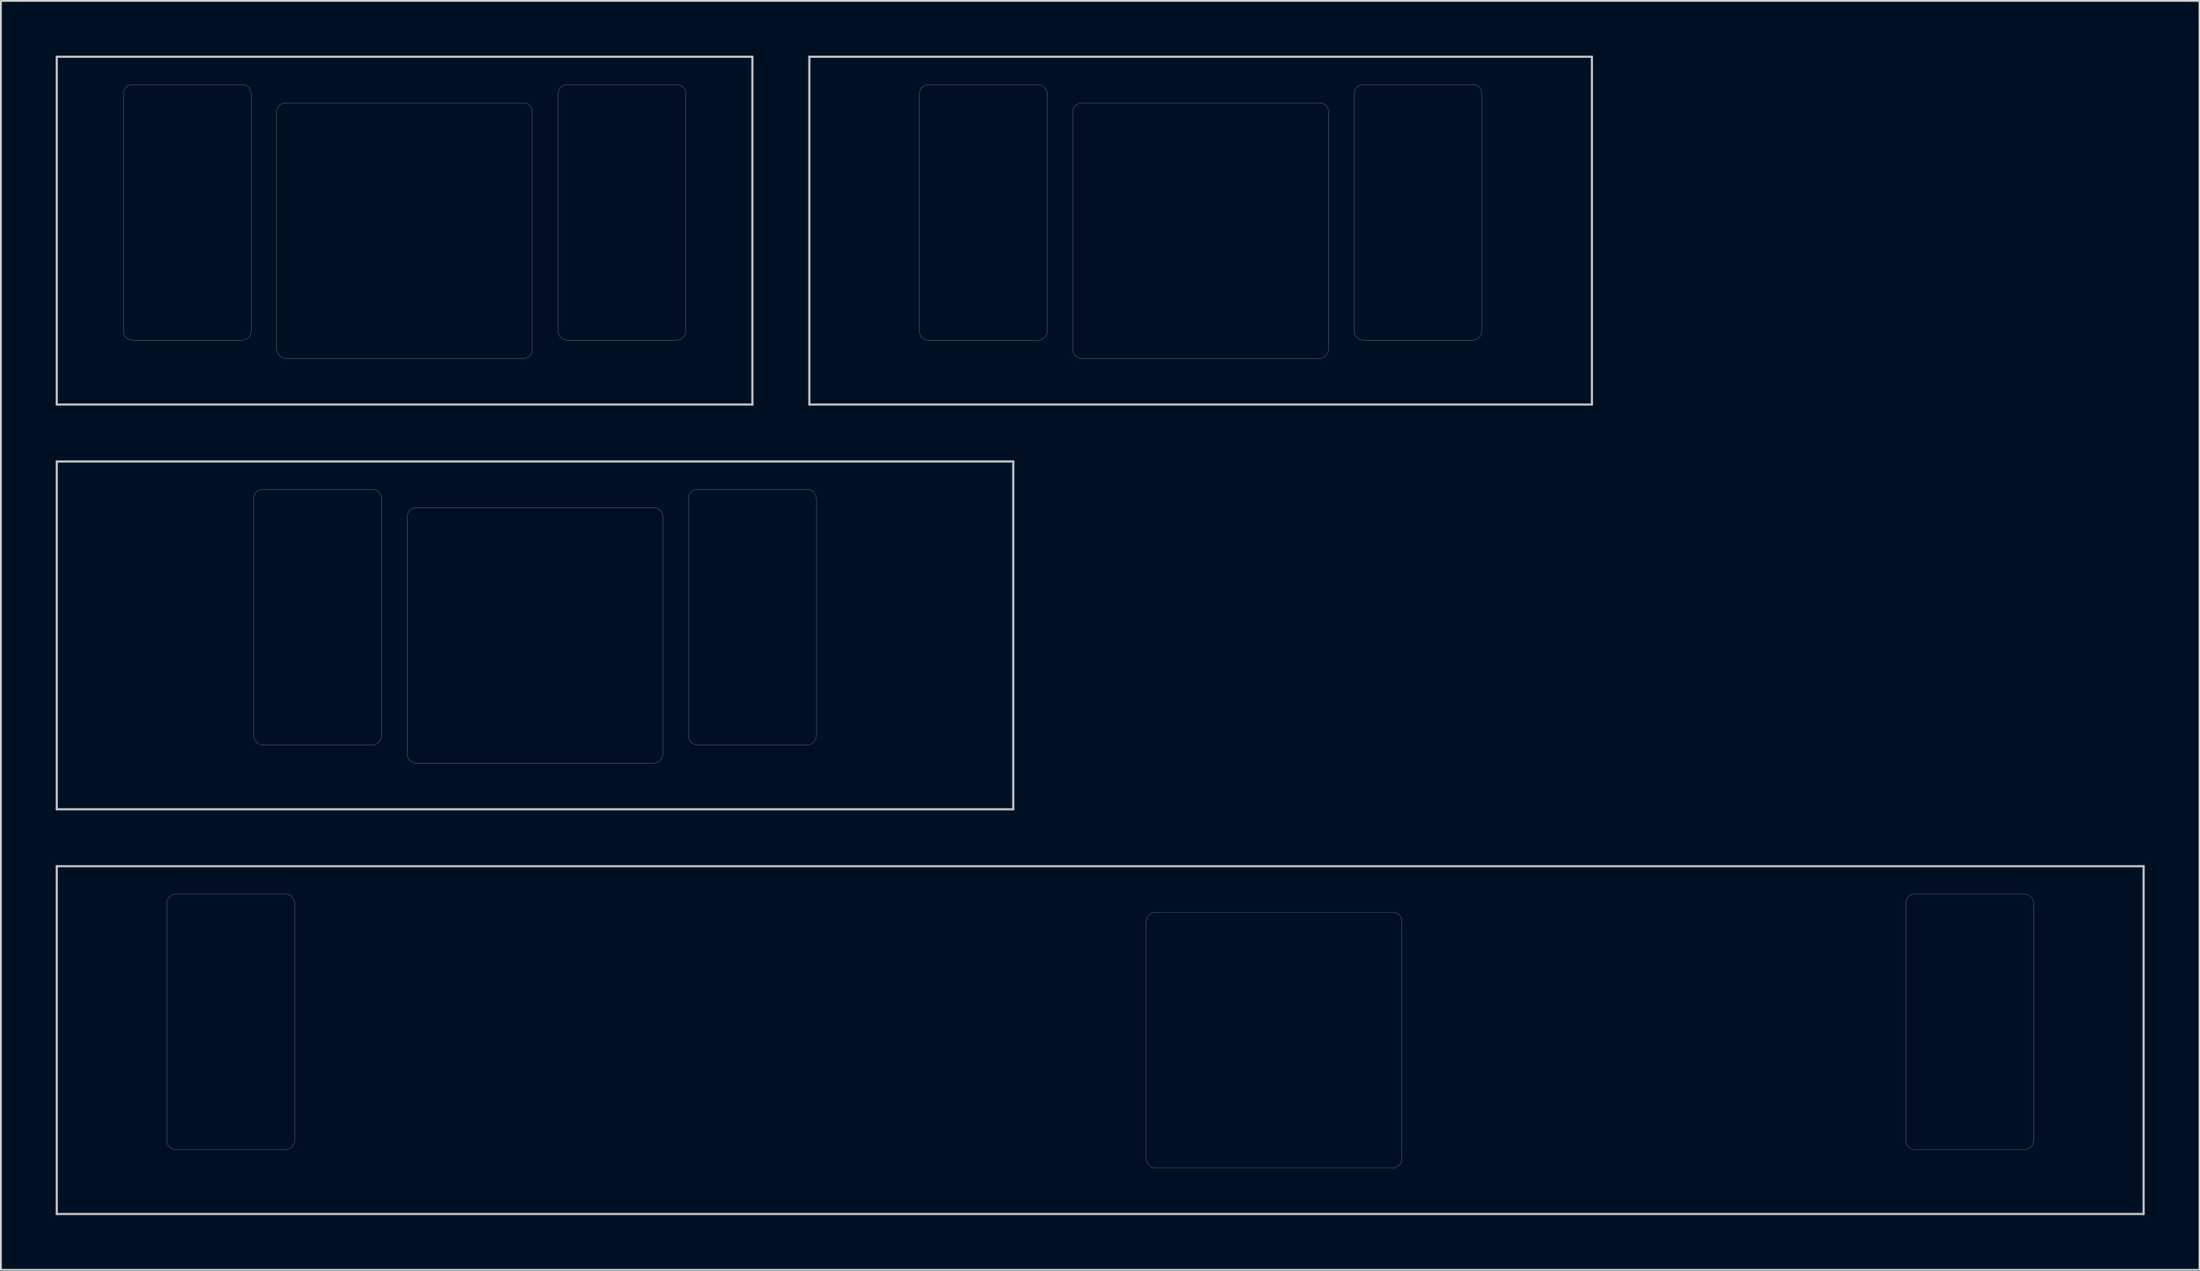
<source format=kicad_pcb>
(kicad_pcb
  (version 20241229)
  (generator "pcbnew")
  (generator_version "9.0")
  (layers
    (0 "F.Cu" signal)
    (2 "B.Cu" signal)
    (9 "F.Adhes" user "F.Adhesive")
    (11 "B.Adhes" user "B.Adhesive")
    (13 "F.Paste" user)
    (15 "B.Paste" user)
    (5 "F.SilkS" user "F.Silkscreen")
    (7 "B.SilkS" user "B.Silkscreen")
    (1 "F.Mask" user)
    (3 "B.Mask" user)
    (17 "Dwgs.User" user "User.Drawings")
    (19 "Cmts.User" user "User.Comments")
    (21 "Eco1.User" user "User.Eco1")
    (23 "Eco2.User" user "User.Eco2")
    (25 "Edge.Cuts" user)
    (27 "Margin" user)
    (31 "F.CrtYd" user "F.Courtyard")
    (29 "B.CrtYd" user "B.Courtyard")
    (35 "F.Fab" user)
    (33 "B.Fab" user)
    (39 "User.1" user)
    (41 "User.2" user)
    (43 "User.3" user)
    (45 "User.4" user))
  (footprint "MX225_reverse"
    (layer "F.Cu")
    (at 62.711 9.585)
    (property "Reference" "MX225_reverse" (at 0 2.381 0) (layer "Eco1.User") (effects (font (size 1 1) (thickness 0.15))))
    (attr through_hole)
    (fp_line (start -21.431 -9.525) (end 21.431 -9.525) (stroke (width 0.12) (type solid)) (layer "Dwgs.User"))
    (fp_line (start -21.431 9.525) (end -21.431 -9.525) (stroke (width 0.12) (type solid)) (layer "Dwgs.User"))
    (fp_line (start 21.431 -9.525) (end 21.431 9.525) (stroke (width 0.12) (type solid)) (layer "Dwgs.User"))
    (fp_line (start 21.431 9.525) (end -21.431 9.525) (stroke (width 0.12) (type solid)) (layer "Dwgs.User"))
    (fp_line (start 0 0) (end -0.5 0) (stroke (width 0.12) (type solid)) (layer "Eco1.User"))
    (fp_line (start 0 0) (end 0 -0.5) (stroke (width 0.12) (type solid)) (layer "Eco1.User"))
    (fp_line (start 0 0) (end 0 0.5) (stroke (width 0.12) (type solid)) (layer "Eco1.User"))
    (fp_line (start 0 0) (end 0.5 0) (stroke (width 0.12) (type solid)) (layer "Eco1.User"))
    (fp_line (start -15.406 -7.5) (end -15.406 5.5) (stroke (width 0.01) (type solid)) (layer "Edge.Cuts"))
    (fp_line (start -14.906 -8) (end -8.906 -8) (stroke (width 0.01) (type solid)) (layer "Edge.Cuts"))
    (fp_line (start -14.906 6) (end -8.906 6) (stroke (width 0.01) (type solid)) (layer "Edge.Cuts"))
    (fp_line (start -8.406 -7.5) (end -8.406 5.5) (stroke (width 0.01) (type solid)) (layer "Edge.Cuts"))
    (fp_line (start -7 -6.5) (end -7 6.5) (stroke (width 0.01) (type solid)) (layer "Edge.Cuts"))
    (fp_line (start -6.5 -7) (end 6.5 -7) (stroke (width 0.01) (type solid)) (layer "Edge.Cuts"))
    (fp_line (start -6.5 7) (end 6.5 7) (stroke (width 0.01) (type solid)) (layer "Edge.Cuts"))
    (fp_line (start 7 -6.5) (end 7 6.5) (stroke (width 0.01) (type solid)) (layer "Edge.Cuts"))
    (fp_line (start 8.406 -7.5) (end 8.406 5.5) (stroke (width 0.01) (type solid)) (layer "Edge.Cuts"))
    (fp_line (start 8.906 -8) (end 14.906 -8) (stroke (width 0.01) (type solid)) (layer "Edge.Cuts"))
    (fp_line (start 8.906 6) (end 14.906 6) (stroke (width 0.01) (type solid)) (layer "Edge.Cuts"))
    (fp_line (start 15.406 -7.5) (end 15.406 5.5) (stroke (width 0.01) (type solid)) (layer "Edge.Cuts"))
    (fp_arc (start -15.40625 -7.5) (mid -15.259803 -7.853553) (end -14.90625 -8) (stroke (width 0.010007) (type solid)) (layer "Edge.Cuts"))
    (fp_arc (start -14.90625 6) (mid -15.259803 5.853553) (end -15.40625 5.5) (stroke (width 0.010007) (type solid)) (layer "Edge.Cuts"))
    (fp_arc (start -8.90625 -8) (mid -8.552697 -7.853553) (end -8.40625 -7.5) (stroke (width 0.010007) (type solid)) (layer "Edge.Cuts"))
    (fp_arc (start -8.40625 5.5) (mid -8.552697 5.853553) (end -8.90625 6) (stroke (width 0.010007) (type solid)) (layer "Edge.Cuts"))
    (fp_arc (start -7 -6.5) (mid -6.853553 -6.853553) (end -6.5 -7) (stroke (width 0.010007) (type solid)) (layer "Edge.Cuts"))
    (fp_arc (start -6.5 7) (mid -6.853553 6.853553) (end -7 6.5) (stroke (width 0.010007) (type solid)) (layer "Edge.Cuts"))
    (fp_arc (start 6.5 -7) (mid 6.853553 -6.853553) (end 7 -6.5) (stroke (width 0.010007) (type solid)) (layer "Edge.Cuts"))
    (fp_arc (start 6.999672 6.500007) (mid 6.853225 6.85356) (end 6.499672 7.000007) (stroke (width 0.010007) (type solid)) (layer "Edge.Cuts"))
    (fp_arc (start 8.40625 -7.5) (mid 8.552697 -7.853553) (end 8.90625 -8) (stroke (width 0.010007) (type solid)) (layer "Edge.Cuts"))
    (fp_arc (start 8.90625 6) (mid 8.552697 5.853553) (end 8.40625 5.5) (stroke (width 0.010007) (type solid)) (layer "Edge.Cuts"))
    (fp_arc (start 14.90625 -8) (mid 15.259803 -7.853553) (end 15.40625 -7.5) (stroke (width 0.010007) (type solid)) (layer "Edge.Cuts"))
    (fp_arc (start 15.40625 5.5) (mid 15.259803 5.853553) (end 14.90625 6) (stroke (width 0.010007) (type solid)) (layer "Edge.Cuts")))
  (footprint "MX275_reverse"
    (layer "F.Cu")
    (at 26.254 31.755)
    (property "Reference" "MX275_reverse" (at 0 2.381 0) (layer "Eco1.User") (effects (font (size 1 1) (thickness 0.15))))
    (attr through_hole)
    (fp_line (start -26.194 -9.525) (end 26.194 -9.525) (stroke (width 0.12) (type solid)) (layer "Dwgs.User"))
    (fp_line (start -26.194 9.525) (end -26.194 -9.525) (stroke (width 0.12) (type solid)) (layer "Dwgs.User"))
    (fp_line (start 26.194 -9.525) (end 26.194 9.525) (stroke (width 0.12) (type solid)) (layer "Dwgs.User"))
    (fp_line (start 26.194 9.525) (end -26.194 9.525) (stroke (width 0.12) (type solid)) (layer "Dwgs.User"))
    (fp_line (start 0 0) (end -0.5 0) (stroke (width 0.12) (type solid)) (layer "Eco1.User"))
    (fp_line (start 0 0) (end 0 -0.5) (stroke (width 0.12) (type solid)) (layer "Eco1.User"))
    (fp_line (start 0 0) (end 0 0.5) (stroke (width 0.12) (type solid)) (layer "Eco1.User"))
    (fp_line (start 0 0) (end 0.5 0) (stroke (width 0.12) (type solid)) (layer "Eco1.User"))
    (fp_line (start -15.406 -7.5) (end -15.406 5.5) (stroke (width 0.01) (type solid)) (layer "Edge.Cuts"))
    (fp_line (start -14.906 -8) (end -8.906 -8) (stroke (width 0.01) (type solid)) (layer "Edge.Cuts"))
    (fp_line (start -14.906 6) (end -8.906 6) (stroke (width 0.01) (type solid)) (layer "Edge.Cuts"))
    (fp_line (start -8.406 -7.5) (end -8.406 5.5) (stroke (width 0.01) (type solid)) (layer "Edge.Cuts"))
    (fp_line (start -7 -6.5) (end -7 6.5) (stroke (width 0.01) (type solid)) (layer "Edge.Cuts"))
    (fp_line (start -6.5 -7) (end 6.5 -7) (stroke (width 0.01) (type solid)) (layer "Edge.Cuts"))
    (fp_line (start -6.5 7) (end 6.5 7) (stroke (width 0.01) (type solid)) (layer "Edge.Cuts"))
    (fp_line (start 7 -6.5) (end 7 6.5) (stroke (width 0.01) (type solid)) (layer "Edge.Cuts"))
    (fp_line (start 8.406 -7.5) (end 8.406 5.5) (stroke (width 0.01) (type solid)) (layer "Edge.Cuts"))
    (fp_line (start 8.906 -8) (end 14.906 -8) (stroke (width 0.01) (type solid)) (layer "Edge.Cuts"))
    (fp_line (start 8.906 6) (end 14.906 6) (stroke (width 0.01) (type solid)) (layer "Edge.Cuts"))
    (fp_line (start 15.406 -7.5) (end 15.406 5.5) (stroke (width 0.01) (type solid)) (layer "Edge.Cuts"))
    (fp_arc (start -15.40625 -7.5) (mid -15.259803 -7.853553) (end -14.90625 -8) (stroke (width 0.010007) (type solid)) (layer "Edge.Cuts"))
    (fp_arc (start -14.90625 6) (mid -15.259803 5.853553) (end -15.40625 5.5) (stroke (width 0.010007) (type solid)) (layer "Edge.Cuts"))
    (fp_arc (start -8.90625 -8) (mid -8.552697 -7.853553) (end -8.40625 -7.5) (stroke (width 0.010007) (type solid)) (layer "Edge.Cuts"))
    (fp_arc (start -8.40625 5.5) (mid -8.552697 5.853553) (end -8.90625 6) (stroke (width 0.010007) (type solid)) (layer "Edge.Cuts"))
    (fp_arc (start -7 -6.5) (mid -6.853553 -6.853553) (end -6.5 -7) (stroke (width 0.010007) (type solid)) (layer "Edge.Cuts"))
    (fp_arc (start -6.5 7) (mid -6.853553 6.853553) (end -7 6.5) (stroke (width 0.010007) (type solid)) (layer "Edge.Cuts"))
    (fp_arc (start 6.5 -7) (mid 6.853553 -6.853553) (end 7 -6.5) (stroke (width 0.010007) (type solid)) (layer "Edge.Cuts"))
    (fp_arc (start 6.999672 6.500007) (mid 6.853225 6.85356) (end 6.499672 7.000007) (stroke (width 0.010007) (type solid)) (layer "Edge.Cuts"))
    (fp_arc (start 8.40625 -7.5) (mid 8.552697 -7.853553) (end 8.90625 -8) (stroke (width 0.010007) (type solid)) (layer "Edge.Cuts"))
    (fp_arc (start 8.90625 6) (mid 8.552697 5.853553) (end 8.40625 5.5) (stroke (width 0.010007) (type solid)) (layer "Edge.Cuts"))
    (fp_arc (start 14.90625 -8) (mid 15.259803 -7.853553) (end 15.40625 -7.5) (stroke (width 0.010007) (type solid)) (layer "Edge.Cuts"))
    (fp_arc (start 15.40625 5.5) (mid 15.259803 5.853553) (end 14.90625 6) (stroke (width 0.010007) (type solid)) (layer "Edge.Cuts")))
  (footprint "MX200_reverse"
    (layer "F.Cu")
    (at 19.11 9.585)
    (property "Reference" "MX200_reverse" (at 0 2.381 0) (layer "Eco1.User") (effects (font (size 1 1) (thickness 0.15))))
    (attr through_hole)
    (fp_line (start -19.05 -9.525) (end 19.05 -9.525) (stroke (width 0.12) (type solid)) (layer "Dwgs.User"))
    (fp_line (start -19.05 9.525) (end -19.05 -9.525) (stroke (width 0.12) (type solid)) (layer "Dwgs.User"))
    (fp_line (start 19.05 -9.525) (end 19.05 9.525) (stroke (width 0.12) (type solid)) (layer "Dwgs.User"))
    (fp_line (start 19.05 9.525) (end -19.05 9.525) (stroke (width 0.12) (type solid)) (layer "Dwgs.User"))
    (fp_line (start 0 0) (end -0.5 0) (stroke (width 0.12) (type solid)) (layer "Eco1.User"))
    (fp_line (start 0 0) (end 0 -0.5) (stroke (width 0.12) (type solid)) (layer "Eco1.User"))
    (fp_line (start 0 0) (end 0 0.5) (stroke (width 0.12) (type solid)) (layer "Eco1.User"))
    (fp_line (start 0 0) (end 0.5 0) (stroke (width 0.12) (type solid)) (layer "Eco1.User"))
    (fp_line (start -15.406 -7.5) (end -15.406 5.5) (stroke (width 0.01) (type solid)) (layer "Edge.Cuts"))
    (fp_line (start -14.906 -8) (end -8.906 -8) (stroke (width 0.01) (type solid)) (layer "Edge.Cuts"))
    (fp_line (start -14.906 6) (end -8.906 6) (stroke (width 0.01) (type solid)) (layer "Edge.Cuts"))
    (fp_line (start -8.406 -7.5) (end -8.406 5.5) (stroke (width 0.01) (type solid)) (layer "Edge.Cuts"))
    (fp_line (start -7 -6.5) (end -7 6.5) (stroke (width 0.01) (type solid)) (layer "Edge.Cuts"))
    (fp_line (start -6.5 -7) (end 6.5 -7) (stroke (width 0.01) (type solid)) (layer "Edge.Cuts"))
    (fp_line (start -6.5 7) (end 6.5 7) (stroke (width 0.01) (type solid)) (layer "Edge.Cuts"))
    (fp_line (start 7 -6.5) (end 7 6.5) (stroke (width 0.01) (type solid)) (layer "Edge.Cuts"))
    (fp_line (start 8.406 -7.5) (end 8.406 5.5) (stroke (width 0.01) (type solid)) (layer "Edge.Cuts"))
    (fp_line (start 8.906 -8) (end 14.906 -8) (stroke (width 0.01) (type solid)) (layer "Edge.Cuts"))
    (fp_line (start 8.906 6) (end 14.906 6) (stroke (width 0.01) (type solid)) (layer "Edge.Cuts"))
    (fp_line (start 15.406 -7.5) (end 15.406 5.5) (stroke (width 0.01) (type solid)) (layer "Edge.Cuts"))
    (fp_arc (start -15.40625 -7.5) (mid -15.259803 -7.853553) (end -14.90625 -8) (stroke (width 0.010007) (type solid)) (layer "Edge.Cuts"))
    (fp_arc (start -14.90625 6) (mid -15.259803 5.853553) (end -15.40625 5.5) (stroke (width 0.010007) (type solid)) (layer "Edge.Cuts"))
    (fp_arc (start -8.90625 -8) (mid -8.552697 -7.853553) (end -8.40625 -7.5) (stroke (width 0.010007) (type solid)) (layer "Edge.Cuts"))
    (fp_arc (start -8.40625 5.5) (mid -8.552697 5.853553) (end -8.90625 6) (stroke (width 0.010007) (type solid)) (layer "Edge.Cuts"))
    (fp_arc (start -7 -6.5) (mid -6.853553 -6.853553) (end -6.5 -7) (stroke (width 0.010007) (type solid)) (layer "Edge.Cuts"))
    (fp_arc (start -6.5 7) (mid -6.853553 6.853553) (end -7 6.5) (stroke (width 0.010007) (type solid)) (layer "Edge.Cuts"))
    (fp_arc (start 6.5 -7) (mid 6.853553 -6.853553) (end 7 -6.5) (stroke (width 0.010007) (type solid)) (layer "Edge.Cuts"))
    (fp_arc (start 6.999672 6.500007) (mid 6.853225 6.85356) (end 6.499672 7.000007) (stroke (width 0.010007) (type solid)) (layer "Edge.Cuts"))
    (fp_arc (start 8.40625 -7.5) (mid 8.552697 -7.853553) (end 8.90625 -8) (stroke (width 0.010007) (type solid)) (layer "Edge.Cuts"))
    (fp_arc (start 8.90625 6) (mid 8.552697 5.853553) (end 8.40625 5.5) (stroke (width 0.010007) (type solid)) (layer "Edge.Cuts"))
    (fp_arc (start 14.90625 -8) (mid 15.259803 -7.853553) (end 15.40625 -7.5) (stroke (width 0.010007) (type solid)) (layer "Edge.Cuts"))
    (fp_arc (start 15.40625 5.5) (mid 15.259803 5.853553) (end 14.90625 6) (stroke (width 0.010007) (type solid)) (layer "Edge.Cuts")))
  (footprint "MX600_reverse"
    (layer "F.Cu")
    (at 66.735 53.925)
    (property "Reference" "MX600_reverse" (at 0 2.381 0) (layer "Eco1.User") (effects (font (size 1 1) (thickness 0.15))))
    (attr through_hole)
    (fp_line (start -66.675 -9.525) (end 47.625 -9.525) (stroke (width 0.12) (type solid)) (layer "Dwgs.User"))
    (fp_line (start -66.675 9.525) (end -66.675 -9.525) (stroke (width 0.12) (type solid)) (layer "Dwgs.User"))
    (fp_line (start 47.625 -9.525) (end 47.625 9.525) (stroke (width 0.12) (type solid)) (layer "Dwgs.User"))
    (fp_line (start 47.625 9.525) (end -66.675 9.525) (stroke (width 0.12) (type solid)) (layer "Dwgs.User"))
    (fp_line (start 0 0) (end -0.5 0) (stroke (width 0.12) (type solid)) (layer "Eco1.User"))
    (fp_line (start 0 0) (end 0 -0.5) (stroke (width 0.12) (type solid)) (layer "Eco1.User"))
    (fp_line (start 0 0) (end 0 0.5) (stroke (width 0.12) (type solid)) (layer "Eco1.User"))
    (fp_line (start 0 0) (end 0.5 0) (stroke (width 0.12) (type solid)) (layer "Eco1.User"))
    (fp_line (start -60.65 -7.5) (end -60.65 5.5) (stroke (width 0.01) (type solid)) (layer "Edge.Cuts"))
    (fp_line (start -60.15 -8) (end -54.15 -8) (stroke (width 0.01) (type solid)) (layer "Edge.Cuts"))
    (fp_line (start -60.15 6) (end -54.15 6) (stroke (width 0.01) (type solid)) (layer "Edge.Cuts"))
    (fp_line (start -53.65 -7.5) (end -53.65 5.5) (stroke (width 0.01) (type solid)) (layer "Edge.Cuts"))
    (fp_line (start -7 -6.5) (end -7 6.5) (stroke (width 0.01) (type solid)) (layer "Edge.Cuts"))
    (fp_line (start -6.5 -7) (end 6.5 -7) (stroke (width 0.01) (type solid)) (layer "Edge.Cuts"))
    (fp_line (start -6.5 7) (end 6.5 7) (stroke (width 0.01) (type solid)) (layer "Edge.Cuts"))
    (fp_line (start 7 -6.5) (end 7 6.5) (stroke (width 0.01) (type solid)) (layer "Edge.Cuts"))
    (fp_line (start 34.6 -7.5) (end 34.6 5.5) (stroke (width 0.01) (type solid)) (layer "Edge.Cuts"))
    (fp_line (start 35.1 -8) (end 41.1 -8) (stroke (width 0.01) (type solid)) (layer "Edge.Cuts"))
    (fp_line (start 35.1 6) (end 41.1 6) (stroke (width 0.01) (type solid)) (layer "Edge.Cuts"))
    (fp_line (start 41.6 -7.5) (end 41.6 5.5) (stroke (width 0.01) (type solid)) (layer "Edge.Cuts"))
    (fp_arc (start -60.65 -7.5) (mid -60.503553 -7.853553) (end -60.15 -8) (stroke (width 0.010007) (type solid)) (layer "Edge.Cuts"))
    (fp_arc (start -60.15 6) (mid -60.503553 5.853553) (end -60.65 5.5) (stroke (width 0.010007) (type solid)) (layer "Edge.Cuts"))
    (fp_arc (start -54.15 -8) (mid -53.796447 -7.853553) (end -53.65 -7.5) (stroke (width 0.010007) (type solid)) (layer "Edge.Cuts"))
    (fp_arc (start -53.65 5.5) (mid -53.796447 5.853553) (end -54.15 6) (stroke (width 0.010007) (type solid)) (layer "Edge.Cuts"))
    (fp_arc (start -7 -6.5) (mid -6.853553 -6.853553) (end -6.5 -7) (stroke (width 0.010007) (type solid)) (layer "Edge.Cuts"))
    (fp_arc (start -6.5 7) (mid -6.853553 6.853553) (end -7 6.5) (stroke (width 0.010007) (type solid)) (layer "Edge.Cuts"))
    (fp_arc (start 6.5 -7) (mid 6.853553 -6.853553) (end 7 -6.5) (stroke (width 0.010007) (type solid)) (layer "Edge.Cuts"))
    (fp_arc (start 6.999672 6.500007) (mid 6.853225 6.85356) (end 6.499672 7.000007) (stroke (width 0.010007) (type solid)) (layer "Edge.Cuts"))
    (fp_arc (start 34.6 -7.5) (mid 34.746447 -7.853553) (end 35.1 -8) (stroke (width 0.010007) (type solid)) (layer "Edge.Cuts"))
    (fp_arc (start 35.1 6) (mid 34.746447 5.853553) (end 34.6 5.5) (stroke (width 0.010007) (type solid)) (layer "Edge.Cuts"))
    (fp_arc (start 41.1 -8) (mid 41.453553 -7.853553) (end 41.6 -7.5) (stroke (width 0.010007) (type solid)) (layer "Edge.Cuts"))
    (fp_arc (start 41.6 5.5) (mid 41.453553 5.853553) (end 41.1 6) (stroke (width 0.010007) (type solid)) (layer "Edge.Cuts")))
  (gr_rect
    (start -3 -3)
    (end 117.42 66.51)
    (stroke (width 0.1) (type default))
    (fill no)
    (layer "Edge.Cuts")))
</source>
